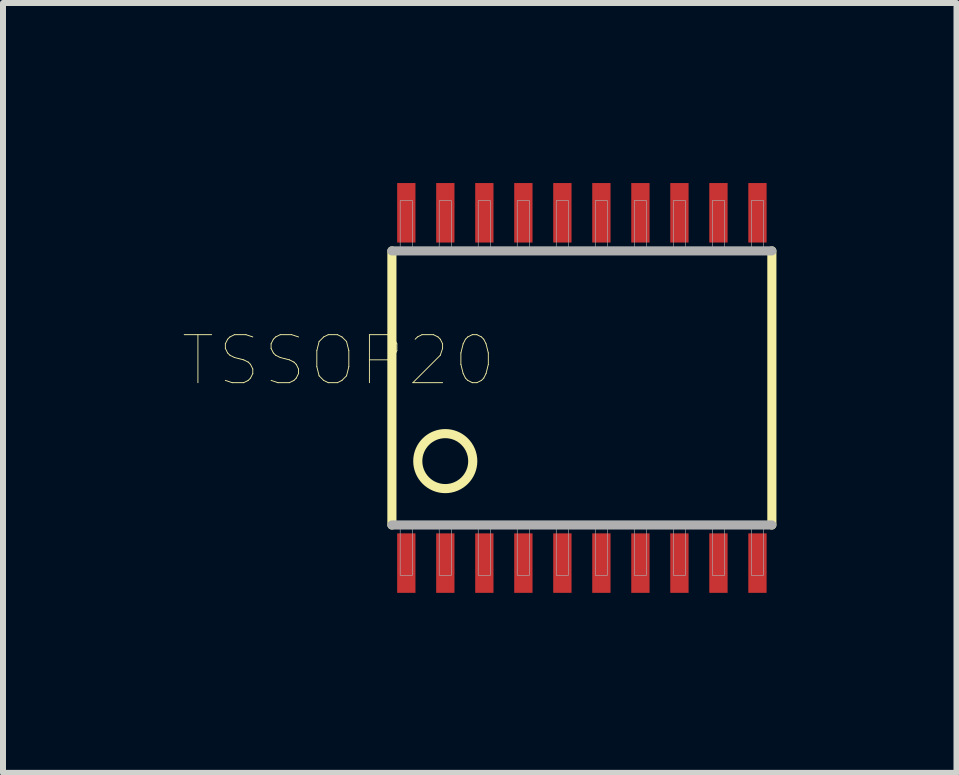
<source format=kicad_pcb>
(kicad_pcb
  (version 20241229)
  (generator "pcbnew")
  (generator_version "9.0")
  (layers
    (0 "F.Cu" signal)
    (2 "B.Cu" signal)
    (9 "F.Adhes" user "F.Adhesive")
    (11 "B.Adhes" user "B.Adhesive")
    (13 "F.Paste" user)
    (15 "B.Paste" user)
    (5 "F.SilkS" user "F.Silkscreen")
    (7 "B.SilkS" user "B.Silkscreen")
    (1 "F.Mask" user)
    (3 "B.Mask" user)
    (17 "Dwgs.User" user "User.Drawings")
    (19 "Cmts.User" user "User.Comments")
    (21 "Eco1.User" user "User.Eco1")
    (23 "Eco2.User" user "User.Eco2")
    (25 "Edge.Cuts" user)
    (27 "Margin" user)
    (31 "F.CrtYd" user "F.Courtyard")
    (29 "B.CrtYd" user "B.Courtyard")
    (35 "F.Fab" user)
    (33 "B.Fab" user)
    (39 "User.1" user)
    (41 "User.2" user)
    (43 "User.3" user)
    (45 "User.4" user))
  (footprint "TSSOP20"
    (layer "F.Cu")
    (at 6.644 3.413)
    (property "Reference" "TSSOP20" (at -4.054 -0.457 180) (layer "F.SilkS") (effects (font (size 0.8 0.8) (thickness 0.015))))
    (attr through_hole)
    (fp_line (start -3.165 2.283) (end -3.165 -2.283) (stroke (width 0.152) (type solid)) (layer "F.SilkS"))
    (fp_line (start 3.165 -2.283) (end 3.165 2.283) (stroke (width 0.152) (type solid)) (layer "F.SilkS"))
    (fp_circle (center -2.276 1.219) (end -1.818 1.219) (stroke (width 0.152) (type solid)) (fill no) (layer "F.SilkS"))
    (fp_line (start -3.165 2.283) (end 3.165 2.283) (stroke (width 0.152) (type solid)) (layer "F.Fab"))
    (fp_line (start 3.165 -2.283) (end -3.165 -2.283) (stroke (width 0.152) (type solid)) (layer "F.Fab"))
    (fp_poly (pts (xy -3.027 -3.121) (xy -2.823 -3.121) (xy -2.823 -2.283) (xy -3.027 -2.283)) (stroke (width 0.01) (type solid)) (fill no) (layer "F.Fab"))
    (fp_poly (pts (xy -3.027 2.283) (xy -2.823 2.283) (xy -2.823 3.121) (xy -3.027 3.121)) (stroke (width 0.01) (type solid)) (fill no) (layer "F.Fab"))
    (fp_poly (pts (xy -2.377 -3.121) (xy -2.173 -3.121) (xy -2.173 -2.283) (xy -2.377 -2.283)) (stroke (width 0.01) (type solid)) (fill no) (layer "F.Fab"))
    (fp_poly (pts (xy -2.377 2.283) (xy -2.173 2.283) (xy -2.173 3.121) (xy -2.377 3.121)) (stroke (width 0.01) (type solid)) (fill no) (layer "F.Fab"))
    (fp_poly (pts (xy -1.727 -3.121) (xy -1.523 -3.121) (xy -1.523 -2.283) (xy -1.727 -2.283)) (stroke (width 0.01) (type solid)) (fill no) (layer "F.Fab"))
    (fp_poly (pts (xy -1.727 2.283) (xy -1.523 2.283) (xy -1.523 3.121) (xy -1.727 3.121)) (stroke (width 0.01) (type solid)) (fill no) (layer "F.Fab"))
    (fp_poly (pts (xy -1.077 -3.121) (xy -0.873 -3.121) (xy -0.873 -2.283) (xy -1.077 -2.283)) (stroke (width 0.01) (type solid)) (fill no) (layer "F.Fab"))
    (fp_poly (pts (xy -1.077 2.283) (xy -0.873 2.283) (xy -0.873 3.121) (xy -1.077 3.121)) (stroke (width 0.01) (type solid)) (fill no) (layer "F.Fab"))
    (fp_poly (pts (xy -0.427 -3.121) (xy -0.223 -3.121) (xy -0.223 -2.283) (xy -0.427 -2.283)) (stroke (width 0.01) (type solid)) (fill no) (layer "F.Fab"))
    (fp_poly (pts (xy -0.427 2.283) (xy -0.223 2.283) (xy -0.223 3.121) (xy -0.427 3.121)) (stroke (width 0.01) (type solid)) (fill no) (layer "F.Fab"))
    (fp_poly (pts (xy 0.223 -3.121) (xy 0.427 -3.121) (xy 0.427 -2.283) (xy 0.223 -2.283)) (stroke (width 0.01) (type solid)) (fill no) (layer "F.Fab"))
    (fp_poly (pts (xy 0.223 2.283) (xy 0.427 2.283) (xy 0.427 3.121) (xy 0.223 3.121)) (stroke (width 0.01) (type solid)) (fill no) (layer "F.Fab"))
    (fp_poly (pts (xy 0.873 -3.121) (xy 1.077 -3.121) (xy 1.077 -2.283) (xy 0.873 -2.283)) (stroke (width 0.01) (type solid)) (fill no) (layer "F.Fab"))
    (fp_poly (pts (xy 0.873 2.283) (xy 1.077 2.283) (xy 1.077 3.121) (xy 0.873 3.121)) (stroke (width 0.01) (type solid)) (fill no) (layer "F.Fab"))
    (fp_poly (pts (xy 1.523 -3.121) (xy 1.727 -3.121) (xy 1.727 -2.283) (xy 1.523 -2.283)) (stroke (width 0.01) (type solid)) (fill no) (layer "F.Fab"))
    (fp_poly (pts (xy 1.523 2.283) (xy 1.727 2.283) (xy 1.727 3.121) (xy 1.523 3.121)) (stroke (width 0.01) (type solid)) (fill no) (layer "F.Fab"))
    (fp_poly (pts (xy 2.173 -3.121) (xy 2.377 -3.121) (xy 2.377 -2.283) (xy 2.173 -2.283)) (stroke (width 0.01) (type solid)) (fill no) (layer "F.Fab"))
    (fp_poly (pts (xy 2.173 2.283) (xy 2.377 2.283) (xy 2.377 3.121) (xy 2.173 3.121)) (stroke (width 0.01) (type solid)) (fill no) (layer "F.Fab"))
    (fp_poly (pts (xy 2.823 -3.121) (xy 3.027 -3.121) (xy 3.027 -2.283) (xy 2.823 -2.283)) (stroke (width 0.01) (type solid)) (fill no) (layer "F.Fab"))
    (fp_poly (pts (xy 2.823 2.283) (xy 3.027 2.283) (xy 3.027 3.121) (xy 2.823 3.121)) (stroke (width 0.01) (type solid)) (fill no) (layer "F.Fab"))
    (pad "1" smd rect (at -2.925 2.918) (size 0.305 0.991) (layers "F.Cu" "F.Mask" "F.Paste"))
    (pad "2" smd rect (at -2.275 2.918) (size 0.305 0.991) (layers "F.Cu" "F.Mask" "F.Paste"))
    (pad "3" smd rect (at -1.625 2.918) (size 0.305 0.991) (layers "F.Cu" "F.Mask" "F.Paste"))
    (pad "4" smd rect (at -0.975 2.918) (size 0.305 0.991) (layers "F.Cu" "F.Mask" "F.Paste"))
    (pad "5" smd rect (at -0.325 2.918) (size 0.305 0.991) (layers "F.Cu" "F.Mask" "F.Paste"))
    (pad "6" smd rect (at 0.325 2.918) (size 0.305 0.991) (layers "F.Cu" "F.Mask" "F.Paste"))
    (pad "7" smd rect (at 0.975 2.918) (size 0.305 0.991) (layers "F.Cu" "F.Mask" "F.Paste"))
    (pad "8" smd rect (at 1.625 2.918) (size 0.305 0.991) (layers "F.Cu" "F.Mask" "F.Paste"))
    (pad "9" smd rect (at 2.275 2.918) (size 0.305 0.991) (layers "F.Cu" "F.Mask" "F.Paste"))
    (pad "10" smd rect (at 2.925 2.918) (size 0.305 0.991) (layers "F.Cu" "F.Mask" "F.Paste"))
    (pad "11" smd rect (at 2.925 -2.918) (size 0.305 0.991) (layers "F.Cu" "F.Mask" "F.Paste"))
    (pad "12" smd rect (at 2.275 -2.918) (size 0.305 0.991) (layers "F.Cu" "F.Mask" "F.Paste"))
    (pad "13" smd rect (at 1.625 -2.918) (size 0.305 0.991) (layers "F.Cu" "F.Mask" "F.Paste"))
    (pad "14" smd rect (at 0.975 -2.918) (size 0.305 0.991) (layers "F.Cu" "F.Mask" "F.Paste"))
    (pad "15" smd rect (at 0.325 -2.918) (size 0.305 0.991) (layers "F.Cu" "F.Mask" "F.Paste"))
    (pad "16" smd rect (at -0.325 -2.918) (size 0.305 0.991) (layers "F.Cu" "F.Mask" "F.Paste"))
    (pad "17" smd rect (at -0.975 -2.918) (size 0.305 0.991) (layers "F.Cu" "F.Mask" "F.Paste"))
    (pad "18" smd rect (at -1.625 -2.918) (size 0.305 0.991) (layers "F.Cu" "F.Mask" "F.Paste"))
    (pad "19" smd rect (at -2.275 -2.918) (size 0.305 0.991) (layers "F.Cu" "F.Mask" "F.Paste"))
    (pad "20" smd rect (at -2.925 -2.918) (size 0.305 0.991) (layers "F.Cu" "F.Mask" "F.Paste")))
  (gr_rect
    (start -3 -3)
    (end 12.885 9.826)
    (stroke (width 0.1) (type default))
    (fill no)
    (layer "Edge.Cuts")))
</source>
